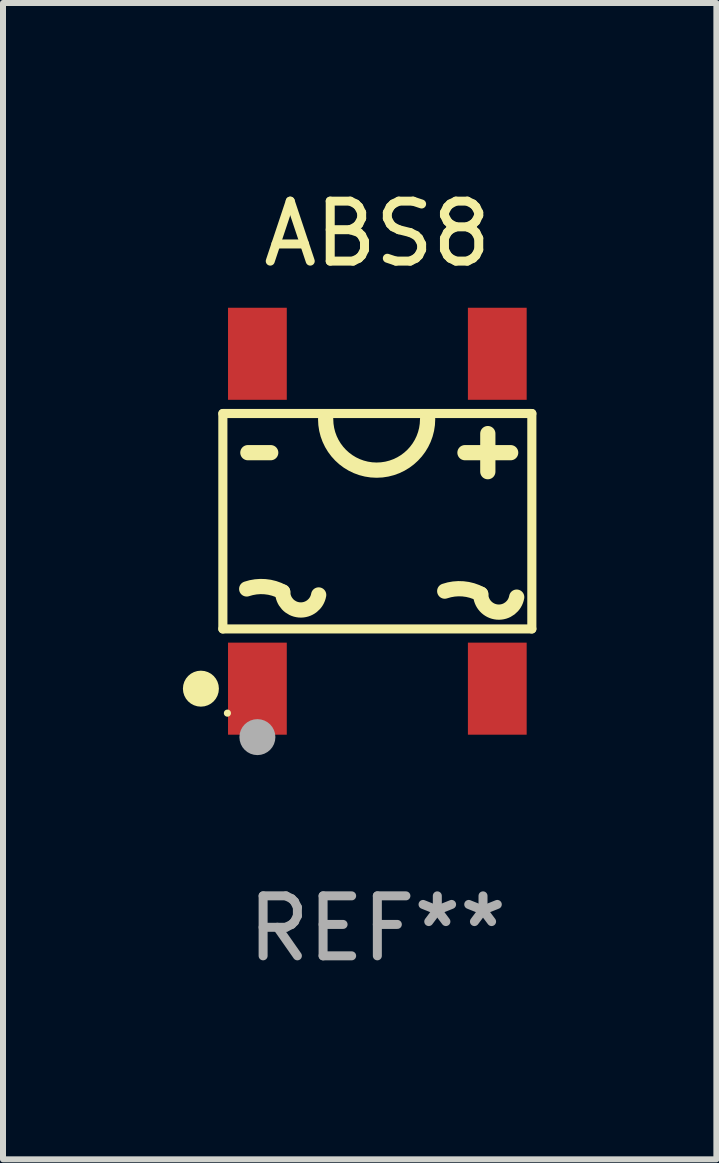
<source format=kicad_pcb>
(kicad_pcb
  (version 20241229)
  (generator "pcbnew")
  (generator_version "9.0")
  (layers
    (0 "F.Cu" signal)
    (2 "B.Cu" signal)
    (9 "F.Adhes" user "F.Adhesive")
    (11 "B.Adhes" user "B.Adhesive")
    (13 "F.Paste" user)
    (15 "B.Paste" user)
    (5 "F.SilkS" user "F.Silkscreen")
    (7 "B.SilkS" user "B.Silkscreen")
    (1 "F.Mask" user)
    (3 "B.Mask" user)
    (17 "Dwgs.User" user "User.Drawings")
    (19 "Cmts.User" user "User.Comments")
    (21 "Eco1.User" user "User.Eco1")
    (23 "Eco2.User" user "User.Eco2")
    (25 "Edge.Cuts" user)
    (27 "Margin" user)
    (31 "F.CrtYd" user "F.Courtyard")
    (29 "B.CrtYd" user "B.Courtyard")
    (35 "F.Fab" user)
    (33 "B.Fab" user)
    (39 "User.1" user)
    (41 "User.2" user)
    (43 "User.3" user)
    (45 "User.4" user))
  (footprint "ABS8"
    (layer "F.Cu")
    (at 3.242 5.641)
    (property "Reference" "ABS8" (at 0 -4.792 0) (layer "F.SilkS") (effects (font (size 1 1) (thickness 0.15))))
    (attr through_hole)
    (fp_line (start -2.576 -1.796) (end 2.576 -1.796) (stroke (width 0.152) (type solid)) (layer "F.SilkS"))
    (fp_line (start -2.576 1.796) (end -2.576 -1.796) (stroke (width 0.152) (type solid)) (layer "F.SilkS"))
    (fp_line (start -2.159 -1.143) (end -1.778 -1.143) (stroke (width 0.254) (type solid)) (layer "F.SilkS"))
    (fp_line (start 1.461 -1.143) (end 2.223 -1.143) (stroke (width 0.254) (type solid)) (layer "F.SilkS"))
    (fp_line (start 1.842 -1.461) (end 1.842 -0.826) (stroke (width 0.254) (type solid)) (layer "F.SilkS"))
    (fp_line (start 2.576 -1.796) (end 2.576 1.796) (stroke (width 0.152) (type solid)) (layer "F.SilkS"))
    (fp_line (start 2.576 1.796) (end -2.576 1.796) (stroke (width 0.152) (type solid)) (layer "F.SilkS"))
    (fp_arc (start -2.178512 1.129235) (mid -1.873206 1.091274) (end -1.57841 1.179298) (stroke (width 0.254001) (type solid)) (layer "F.SilkS"))
    (fp_arc (start -0.978435 1.229286) (mid -1.301335 1.479299) (end -1.578411 1.179299) (stroke (width 0.254001) (type solid)) (layer "F.SilkS"))
    (fp_arc (start 0.838202 -1.701803) (mid -0.011824 -0.851917) (end -0.86185 -1.701804) (stroke (width 0.254001) (type solid)) (layer "F.SilkS"))
    (fp_arc (start 1.12347 1.165507) (mid 1.428776 1.127546) (end 1.723571 1.21557) (stroke (width 0.254001) (type solid)) (layer "F.SilkS"))
    (fp_arc (start 2.323546 1.265558) (mid 2.000646 1.515571) (end 1.72357 1.215571) (stroke (width 0.254001) (type solid)) (layer "F.SilkS"))
    (fp_circle (center -2.942 2.792) (end -2.792 2.792) (stroke (width 0.3) (type solid)) (fill no) (layer "F.SilkS"))
    (fp_circle (center -2.5 3.2) (end -2.47 3.2) (stroke (width 0.06) (type solid)) (fill no) (layer "F.SilkS"))
    (fp_circle (center -2 3.6) (end -1.85 3.6) (stroke (width 0.3) (type solid)) (fill no) (layer "F.Fab"))
    (fp_text user "REF**" (at 0 6.792 0) (layer "F.Fab") (effects (font (size 1 1) (thickness 0.15))))
    (pad "1" smd rect (at -2 2.792 180) (size 0.98 1.535) (layers "F.Cu" "F.Mask" "F.Paste"))
    (pad "2" smd rect (at 2 2.792 180) (size 0.98 1.535) (layers "F.Cu" "F.Mask" "F.Paste"))
    (pad "3" smd rect (at 2 -2.792 180) (size 0.98 1.535) (layers "F.Cu" "F.Mask" "F.Paste"))
    (pad "4" smd rect (at -2 -2.792 180) (size 0.98 1.535) (layers "F.Cu" "F.Mask" "F.Paste")))
  (gr_rect
    (start -3 -3)
    (end 8.895 16.281)
    (stroke (width 0.1) (type default))
    (fill no)
    (layer "Edge.Cuts")))
</source>
